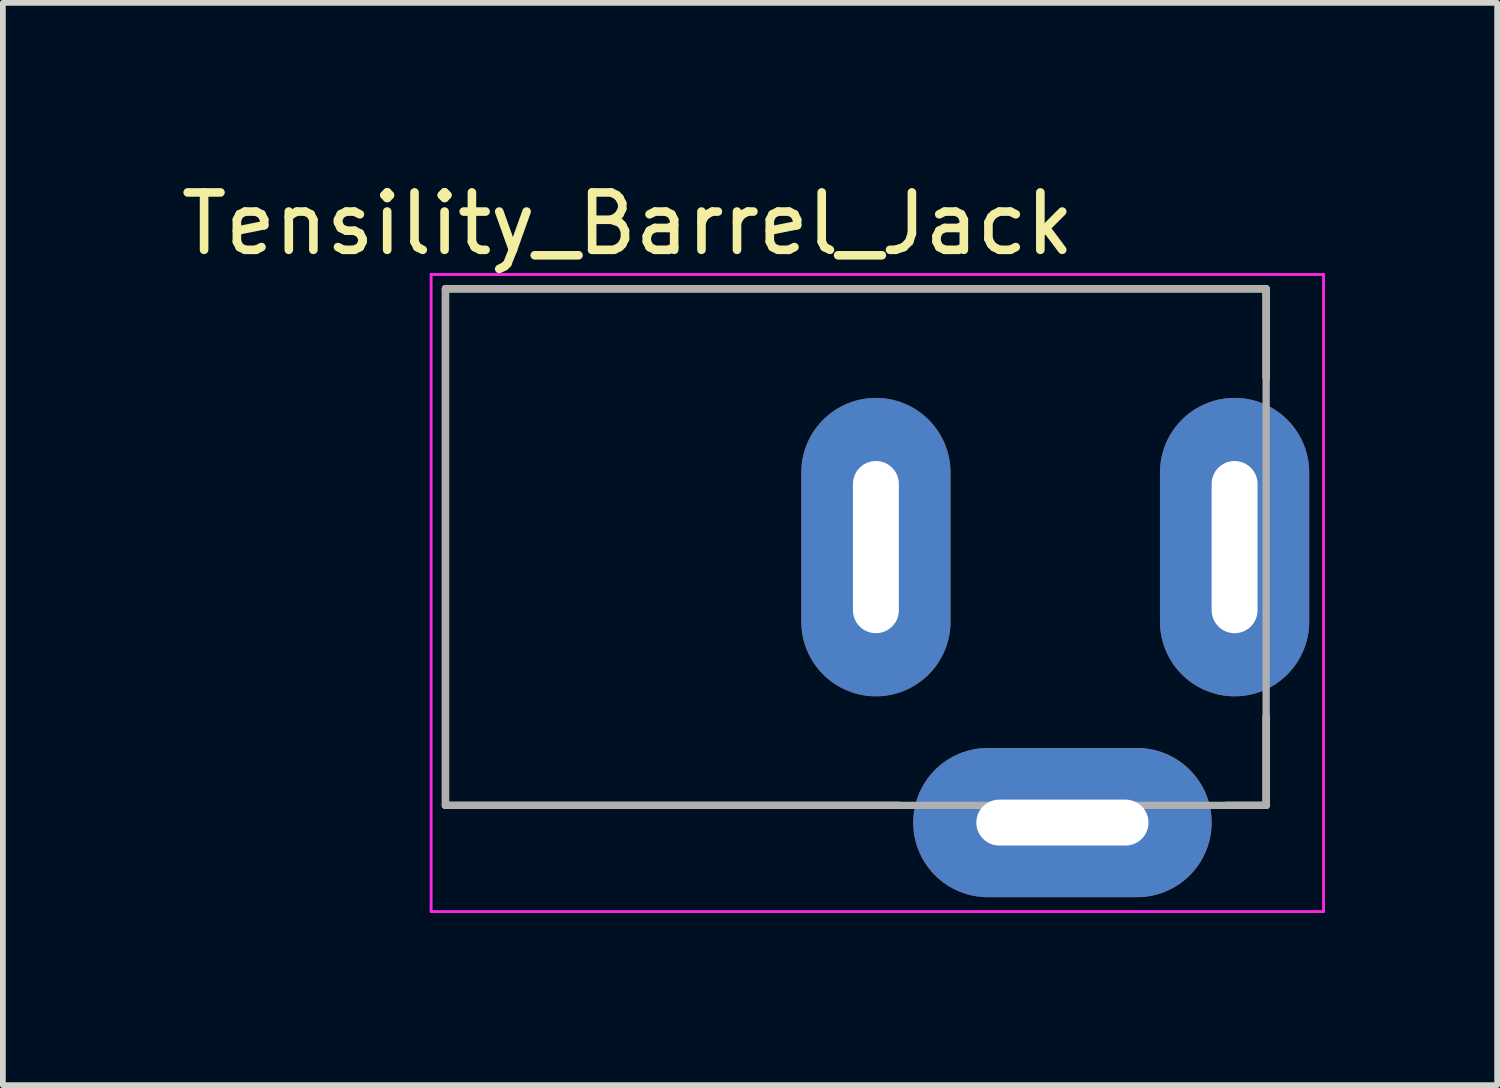
<source format=kicad_pcb>
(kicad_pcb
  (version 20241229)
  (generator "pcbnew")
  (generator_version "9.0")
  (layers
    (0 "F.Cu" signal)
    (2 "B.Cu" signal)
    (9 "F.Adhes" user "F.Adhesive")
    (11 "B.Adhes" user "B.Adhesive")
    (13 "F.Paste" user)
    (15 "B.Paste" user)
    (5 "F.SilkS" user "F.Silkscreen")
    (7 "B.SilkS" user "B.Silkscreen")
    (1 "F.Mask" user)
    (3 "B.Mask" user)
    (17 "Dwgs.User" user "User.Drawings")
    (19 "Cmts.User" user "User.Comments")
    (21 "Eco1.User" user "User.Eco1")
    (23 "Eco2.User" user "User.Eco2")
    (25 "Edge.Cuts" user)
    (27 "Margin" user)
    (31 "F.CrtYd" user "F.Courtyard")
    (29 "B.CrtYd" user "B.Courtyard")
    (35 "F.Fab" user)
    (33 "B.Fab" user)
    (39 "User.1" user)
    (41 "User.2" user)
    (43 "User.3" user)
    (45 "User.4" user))
  (footprint "Tensility_Barrel_Jack"
    (layer "F.Cu")
    (at 4.712 6.483)
    (property "Reference" "Tensility_Barrel_Jack" (at 3.175 -5.635 0) (layer "F.SilkS") (effects (font (size 1 1) (thickness 0.15))))
    (attr through_hole)
    (fp_line (start 0 -4.5) (end 14.3 -4.5) (stroke (width 0.127) (type solid)) (layer "F.SilkS"))
    (fp_line (start 0 4.5) (end 0 -4.5) (stroke (width 0.127) (type solid)) (layer "F.SilkS"))
    (fp_line (start 7.9 4.5) (end 0 4.5) (stroke (width 0.127) (type solid)) (layer "F.SilkS"))
    (fp_line (start 14.3 -4.5) (end 14.3 -2.95) (stroke (width 0.127) (type solid)) (layer "F.SilkS"))
    (fp_line (start 14.3 2.95) (end 14.3 4.5) (stroke (width 0.127) (type solid)) (layer "F.SilkS"))
    (fp_line (start 14.3 4.5) (end 13.6 4.5) (stroke (width 0.127) (type solid)) (layer "F.SilkS"))
    (fp_line (start -0.25 -4.75) (end 15.3 -4.75) (stroke (width 0.05) (type solid)) (layer "F.CrtYd"))
    (fp_line (start -0.25 6.35) (end -0.25 -4.75) (stroke (width 0.05) (type solid)) (layer "F.CrtYd"))
    (fp_line (start 15.3 -4.75) (end 15.3 6.35) (stroke (width 0.05) (type solid)) (layer "F.CrtYd"))
    (fp_line (start 15.3 6.35) (end -0.25 6.35) (stroke (width 0.05) (type solid)) (layer "F.CrtYd"))
    (fp_line (start 0 -4.5) (end 14.3 -4.5) (stroke (width 0.127) (type solid)) (layer "F.Fab"))
    (fp_line (start 0 4.5) (end 0 -4.5) (stroke (width 0.127) (type solid)) (layer "F.Fab"))
    (fp_line (start 14.3 -4.5) (end 14.3 4.5) (stroke (width 0.127) (type solid)) (layer "F.Fab"))
    (fp_line (start 14.3 4.5) (end 0 4.5) (stroke (width 0.127) (type solid)) (layer "F.Fab"))
    (pad "1" thru_hole oval (at 13.75 0) (size 2.6 5.2) (drill oval 0.8 3) (layers "*.Cu" "*.Mask"))
    (pad "2" thru_hole oval (at 7.5 0) (size 2.6 5.2) (drill oval 0.8 3) (layers "*.Cu" "*.Mask"))
    (pad "3" thru_hole oval (at 10.75 4.8) (size 5.2 2.6) (drill oval 3 0.8) (layers "*.Cu" "*.Mask")))
  (gr_rect
    (start -3 -3)
    (end 23.037 15.858)
    (stroke (width 0.1) (type default))
    (fill no)
    (layer "Edge.Cuts")))
</source>
